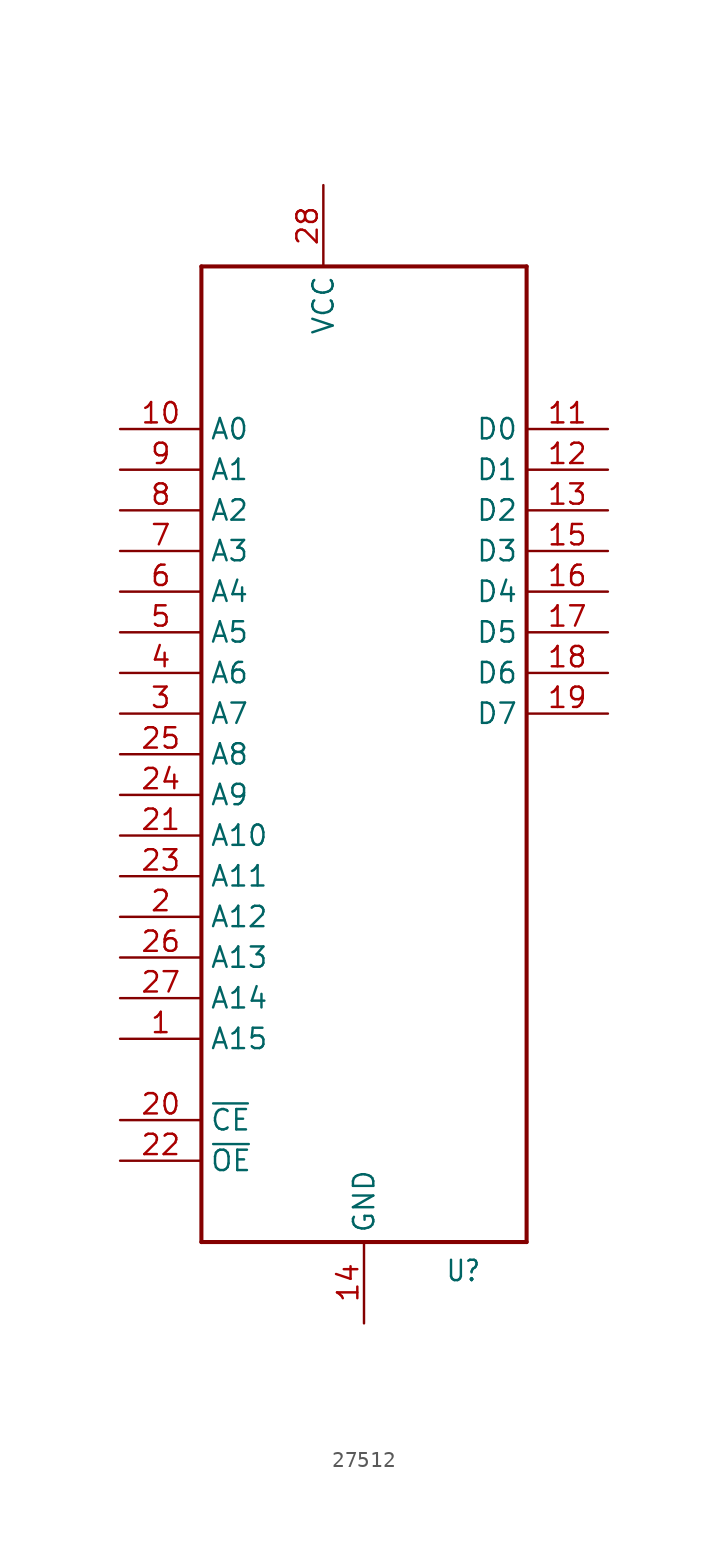
<source format=kicad_sym>
(kicad_symbol_lib
  (version 20220914)
  (generator kicad_symbol_editor)
  (symbol "27512"
    (property "Reference" "U"
      (at 5.08 -33.02 0)
      (effects (font (size 1.27 1.079)) (justify left bottom)))
    (property "Value" ""
      (at 5.08 -35.56 0)
      (effects (font (size 1.27 1.079)) (justify left bottom)))
    (property "ki_locked" ""
      (at 0 0 0)
      (effects (font (size 1.27 1.27))))
    (symbol "27512_1_0"
      (polyline (pts (xy -10.16 -30.48) (xy 10.16 -30.48)) (stroke (width 0.254) (type solid)) (fill (type none)))
      (polyline (pts (xy -10.16 30.48) (xy -10.16 -30.48)) (stroke (width 0.254) (type solid)) (fill (type none)))
      (polyline (pts (xy 10.16 -30.48) (xy 10.16 30.48)) (stroke (width 0.254) (type solid)) (fill (type none)))
      (polyline (pts (xy 10.16 30.48) (xy -10.16 30.48)) (stroke (width 0.254) (type solid)) (fill (type none)))
      (pin input line (at -15.24 -17.78 0) (length 5.08) (name "A15" (effects (font (size 1.27 1.27)))) (number "1" (effects (font (size 1.27 1.27)))))
      (pin input line (at -15.24 20.32 0) (length 5.08) (name "A0" (effects (font (size 1.27 1.27)))) (number "10" (effects (font (size 1.27 1.27)))))
      (pin output line (at 15.24 20.32 180) (length 5.08) (name "D0" (effects (font (size 1.27 1.27)))) (number "11" (effects (font (size 1.27 1.27)))))
      (pin output line (at 15.24 17.78 180) (length 5.08) (name "D1" (effects (font (size 1.27 1.27)))) (number "12" (effects (font (size 1.27 1.27)))))
      (pin output line (at 15.24 15.24 180) (length 5.08) (name "D2" (effects (font (size 1.27 1.27)))) (number "13" (effects (font (size 1.27 1.27)))))
      (pin passive line (at 0 -35.56 90) (length 5.08) (name "GND" (effects (font (size 1.27 1.27)))) (number "14" (effects (font (size 1.27 1.27)))))
      (pin output line (at 15.24 12.7 180) (length 5.08) (name "D3" (effects (font (size 1.27 1.27)))) (number "15" (effects (font (size 1.27 1.27)))))
      (pin output line (at 15.24 10.16 180) (length 5.08) (name "D4" (effects (font (size 1.27 1.27)))) (number "16" (effects (font (size 1.27 1.27)))))
      (pin output line (at 15.24 7.62 180) (length 5.08) (name "D5" (effects (font (size 1.27 1.27)))) (number "17" (effects (font (size 1.27 1.27)))))
      (pin output line (at 15.24 5.08 180) (length 5.08) (name "D6" (effects (font (size 1.27 1.27)))) (number "18" (effects (font (size 1.27 1.27)))))
      (pin output line (at 15.24 2.54 180) (length 5.08) (name "D7" (effects (font (size 1.27 1.27)))) (number "19" (effects (font (size 1.27 1.27)))))
      (pin input line (at -15.24 -10.16 0) (length 5.08) (name "A12" (effects (font (size 1.27 1.27)))) (number "2" (effects (font (size 1.27 1.27)))))
      (pin input line (at -15.24 -22.86 0) (length 5.08) (name "~{CE}" (effects (font (size 1.27 1.27)))) (number "20" (effects (font (size 1.27 1.27)))))
      (pin input line (at -15.24 -5.08 0) (length 5.08) (name "A10" (effects (font (size 1.27 1.27)))) (number "21" (effects (font (size 1.27 1.27)))))
      (pin input line (at -15.24 -25.4 0) (length 5.08) (name "~{OE}" (effects (font (size 1.27 1.27)))) (number "22" (effects (font (size 1.27 1.27)))))
      (pin input line (at -15.24 -7.62 0) (length 5.08) (name "A11" (effects (font (size 1.27 1.27)))) (number "23" (effects (font (size 1.27 1.27)))))
      (pin input line (at -15.24 -2.54 0) (length 5.08) (name "A9" (effects (font (size 1.27 1.27)))) (number "24" (effects (font (size 1.27 1.27)))))
      (pin input line (at -15.24 0 0) (length 5.08) (name "A8" (effects (font (size 1.27 1.27)))) (number "25" (effects (font (size 1.27 1.27)))))
      (pin input line (at -15.24 -12.7 0) (length 5.08) (name "A13" (effects (font (size 1.27 1.27)))) (number "26" (effects (font (size 1.27 1.27)))))
      (pin input line (at -15.24 -15.24 0) (length 5.08) (name "A14" (effects (font (size 1.27 1.27)))) (number "27" (effects (font (size 1.27 1.27)))))
      (pin passive line (at -2.54 35.56 270) (length 5.08) (name "VCC" (effects (font (size 1.27 1.27)))) (number "28" (effects (font (size 1.27 1.27)))))
      (pin input line (at -15.24 2.54 0) (length 5.08) (name "A7" (effects (font (size 1.27 1.27)))) (number "3" (effects (font (size 1.27 1.27)))))
      (pin input line (at -15.24 5.08 0) (length 5.08) (name "A6" (effects (font (size 1.27 1.27)))) (number "4" (effects (font (size 1.27 1.27)))))
      (pin input line (at -15.24 7.62 0) (length 5.08) (name "A5" (effects (font (size 1.27 1.27)))) (number "5" (effects (font (size 1.27 1.27)))))
      (pin input line (at -15.24 10.16 0) (length 5.08) (name "A4" (effects (font (size 1.27 1.27)))) (number "6" (effects (font (size 1.27 1.27)))))
      (pin input line (at -15.24 12.7 0) (length 5.08) (name "A3" (effects (font (size 1.27 1.27)))) (number "7" (effects (font (size 1.27 1.27)))))
      (pin input line (at -15.24 15.24 0) (length 5.08) (name "A2" (effects (font (size 1.27 1.27)))) (number "8" (effects (font (size 1.27 1.27)))))
      (pin input line (at -15.24 17.78 0) (length 5.08) (name "A1" (effects (font (size 1.27 1.27)))) (number "9" (effects (font (size 1.27 1.27))))))))
</source>
